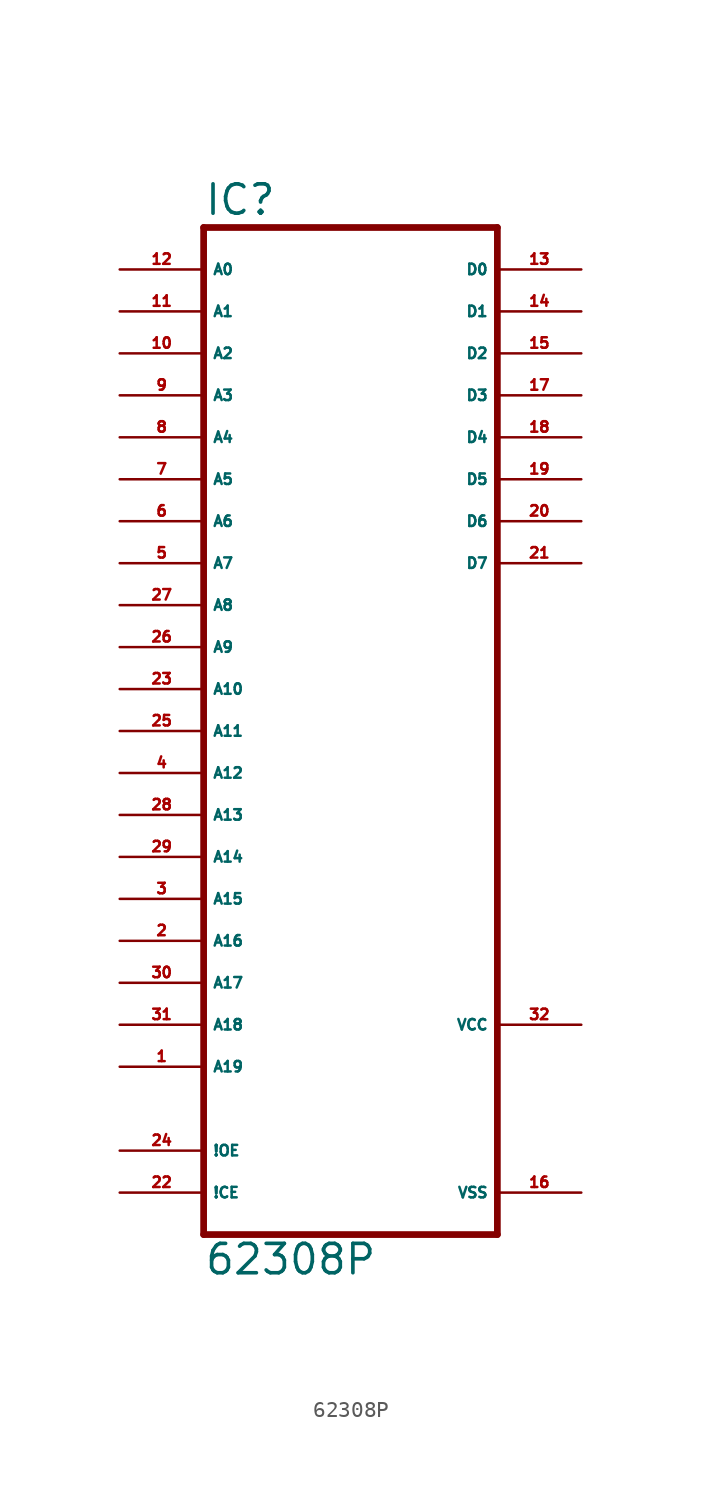
<source format=kicad_sym>
(kicad_symbol_lib
  (version 20220914)
  (generator Eagle2Kicad)
  (symbol "62308P"
    (property "Reference" "IC"
      (at -10.16 23.495 0)
      (effects (font (size 1.778 1.778) (thickness 0.22)) (justify left bottom)))
    (property "Value" "62308P"
      (at -10.16 -40.64 0)
      (effects (font (size 1.778 1.778) (thickness 0.22)) (justify left bottom)))
    (polyline
      (pts (xy -10.16 -38.1) (xy 7.62 -38.1))
      (stroke (width 0.406) (type default))
      (fill (type none)))
    (polyline
      (pts (xy 7.62 22.86) (xy 7.62 -38.1))
      (stroke (width 0.406) (type default))
      (fill (type none)))
    (polyline
      (pts (xy 7.62 22.86) (xy -10.16 22.86))
      (stroke (width 0.406) (type default))
      (fill (type none)))
    (polyline
      (pts (xy -10.16 -38.1) (xy -10.16 22.86))
      (stroke (width 0.406) (type default))
      (fill (type none)))
    (pin input line
      (at -15.24 20.32 0)
      (length 5.08)
      (name "A0" (effects (font (size 0.635 0.635) (thickness 0.08)) (justify left bottom)))
      (number "12" (effects (font (size 0.635 0.635) (thickness 0.08)) (justify left bottom))))
    (pin input line
      (at -15.24 17.78 0)
      (length 5.08)
      (name "A1" (effects (font (size 0.635 0.635) (thickness 0.08)) (justify left bottom)))
      (number "11" (effects (font (size 0.635 0.635) (thickness 0.08)) (justify left bottom))))
    (pin input line
      (at -15.24 15.24 0)
      (length 5.08)
      (name "A2" (effects (font (size 0.635 0.635) (thickness 0.08)) (justify left bottom)))
      (number "10" (effects (font (size 0.635 0.635) (thickness 0.08)) (justify left bottom))))
    (pin input line
      (at -15.24 12.7 0)
      (length 5.08)
      (name "A3" (effects (font (size 0.635 0.635) (thickness 0.08)) (justify left bottom)))
      (number "9" (effects (font (size 0.635 0.635) (thickness 0.08)) (justify left bottom))))
    (pin input line
      (at -15.24 10.16 0)
      (length 5.08)
      (name "A4" (effects (font (size 0.635 0.635) (thickness 0.08)) (justify left bottom)))
      (number "8" (effects (font (size 0.635 0.635) (thickness 0.08)) (justify left bottom))))
    (pin input line
      (at -15.24 7.62 0)
      (length 5.08)
      (name "A5" (effects (font (size 0.635 0.635) (thickness 0.08)) (justify left bottom)))
      (number "7" (effects (font (size 0.635 0.635) (thickness 0.08)) (justify left bottom))))
    (pin input line
      (at -15.24 5.08 0)
      (length 5.08)
      (name "A6" (effects (font (size 0.635 0.635) (thickness 0.08)) (justify left bottom)))
      (number "6" (effects (font (size 0.635 0.635) (thickness 0.08)) (justify left bottom))))
    (pin input line
      (at -15.24 2.54 0)
      (length 5.08)
      (name "A7" (effects (font (size 0.635 0.635) (thickness 0.08)) (justify left bottom)))
      (number "5" (effects (font (size 0.635 0.635) (thickness 0.08)) (justify left bottom))))
    (pin input line
      (at -15.24 0 0)
      (length 5.08)
      (name "A8" (effects (font (size 0.635 0.635) (thickness 0.08)) (justify left bottom)))
      (number "27" (effects (font (size 0.635 0.635) (thickness 0.08)) (justify left bottom))))
    (pin input line
      (at -15.24 -2.54 0)
      (length 5.08)
      (name "A9" (effects (font (size 0.635 0.635) (thickness 0.08)) (justify left bottom)))
      (number "26" (effects (font (size 0.635 0.635) (thickness 0.08)) (justify left bottom))))
    (pin input line
      (at -15.24 -5.08 0)
      (length 5.08)
      (name "A10" (effects (font (size 0.635 0.635) (thickness 0.08)) (justify left bottom)))
      (number "23" (effects (font (size 0.635 0.635) (thickness 0.08)) (justify left bottom))))
    (pin input line
      (at -15.24 -7.62 0)
      (length 5.08)
      (name "A11" (effects (font (size 0.635 0.635) (thickness 0.08)) (justify left bottom)))
      (number "25" (effects (font (size 0.635 0.635) (thickness 0.08)) (justify left bottom))))
    (pin input line
      (at -15.24 -10.16 0)
      (length 5.08)
      (name "A12" (effects (font (size 0.635 0.635) (thickness 0.08)) (justify left bottom)))
      (number "4" (effects (font (size 0.635 0.635) (thickness 0.08)) (justify left bottom))))
    (pin input line
      (at -15.24 -12.7 0)
      (length 5.08)
      (name "A13" (effects (font (size 0.635 0.635) (thickness 0.08)) (justify left bottom)))
      (number "28" (effects (font (size 0.635 0.635) (thickness 0.08)) (justify left bottom))))
    (pin input line
      (at -15.24 -15.24 0)
      (length 5.08)
      (name "A14" (effects (font (size 0.635 0.635) (thickness 0.08)) (justify left bottom)))
      (number "29" (effects (font (size 0.635 0.635) (thickness 0.08)) (justify left bottom))))
    (pin input line
      (at -15.24 -17.78 0)
      (length 5.08)
      (name "A15" (effects (font (size 0.635 0.635) (thickness 0.08)) (justify left bottom)))
      (number "3" (effects (font (size 0.635 0.635) (thickness 0.08)) (justify left bottom))))
    (pin input line
      (at -15.24 -20.32 0)
      (length 5.08)
      (name "A16" (effects (font (size 0.635 0.635) (thickness 0.08)) (justify left bottom)))
      (number "2" (effects (font (size 0.635 0.635) (thickness 0.08)) (justify left bottom))))
    (pin input line
      (at -15.24 -22.86 0)
      (length 5.08)
      (name "A17" (effects (font (size 0.635 0.635) (thickness 0.08)) (justify left bottom)))
      (number "30" (effects (font (size 0.635 0.635) (thickness 0.08)) (justify left bottom))))
    (pin input line
      (at -15.24 -25.4 0)
      (length 5.08)
      (name "A18" (effects (font (size 0.635 0.635) (thickness 0.08)) (justify left bottom)))
      (number "31" (effects (font (size 0.635 0.635) (thickness 0.08)) (justify left bottom))))
    (pin input line
      (at -15.24 -27.94 0)
      (length 5.08)
      (name "A19" (effects (font (size 0.635 0.635) (thickness 0.08)) (justify left bottom)))
      (number "1" (effects (font (size 0.635 0.635) (thickness 0.08)) (justify left bottom))))
    (pin input line
      (at -15.24 -33.02 0)
      (length 5.08)
      (name "!OE" (effects (font (size 0.635 0.635) (thickness 0.08)) (justify left bottom)))
      (number "24" (effects (font (size 0.635 0.635) (thickness 0.08)) (justify left bottom))))
    (pin input line
      (at -15.24 -35.56 0)
      (length 5.08)
      (name "!CE" (effects (font (size 0.635 0.635) (thickness 0.08)) (justify left bottom)))
      (number "22" (effects (font (size 0.635 0.635) (thickness 0.08)) (justify left bottom))))
    (pin unspecified line
      (at 12.7 -35.56 180)
      (length 5.08)
      (name "VSS" (effects (font (size 0.635 0.635) (thickness 0.08)) (justify left bottom)))
      (number "16" (effects (font (size 0.635 0.635) (thickness 0.08)) (justify left bottom))))
    (pin unspecified line
      (at 12.7 -25.4 180)
      (length 5.08)
      (name "VCC" (effects (font (size 0.635 0.635) (thickness 0.08)) (justify left bottom)))
      (number "32" (effects (font (size 0.635 0.635) (thickness 0.08)) (justify left bottom))))
    (pin tri_state line
      (at 12.7 20.32 180)
      (length 5.08)
      (name "D0" (effects (font (size 0.635 0.635) (thickness 0.08)) (justify left bottom)))
      (number "13" (effects (font (size 0.635 0.635) (thickness 0.08)) (justify left bottom))))
    (pin tri_state line
      (at 12.7 17.78 180)
      (length 5.08)
      (name "D1" (effects (font (size 0.635 0.635) (thickness 0.08)) (justify left bottom)))
      (number "14" (effects (font (size 0.635 0.635) (thickness 0.08)) (justify left bottom))))
    (pin tri_state line
      (at 12.7 15.24 180)
      (length 5.08)
      (name "D2" (effects (font (size 0.635 0.635) (thickness 0.08)) (justify left bottom)))
      (number "15" (effects (font (size 0.635 0.635) (thickness 0.08)) (justify left bottom))))
    (pin tri_state line
      (at 12.7 12.7 180)
      (length 5.08)
      (name "D3" (effects (font (size 0.635 0.635) (thickness 0.08)) (justify left bottom)))
      (number "17" (effects (font (size 0.635 0.635) (thickness 0.08)) (justify left bottom))))
    (pin tri_state line
      (at 12.7 10.16 180)
      (length 5.08)
      (name "D4" (effects (font (size 0.635 0.635) (thickness 0.08)) (justify left bottom)))
      (number "18" (effects (font (size 0.635 0.635) (thickness 0.08)) (justify left bottom))))
    (pin tri_state line
      (at 12.7 7.62 180)
      (length 5.08)
      (name "D5" (effects (font (size 0.635 0.635) (thickness 0.08)) (justify left bottom)))
      (number "19" (effects (font (size 0.635 0.635) (thickness 0.08)) (justify left bottom))))
    (pin tri_state line
      (at 12.7 5.08 180)
      (length 5.08)
      (name "D6" (effects (font (size 0.635 0.635) (thickness 0.08)) (justify left bottom)))
      (number "20" (effects (font (size 0.635 0.635) (thickness 0.08)) (justify left bottom))))
    (pin tri_state line
      (at 12.7 2.54 180)
      (length 5.08)
      (name "D7" (effects (font (size 0.635 0.635) (thickness 0.08)) (justify left bottom)))
      (number "21" (effects (font (size 0.635 0.635) (thickness 0.08)) (justify left bottom))))))
</source>
